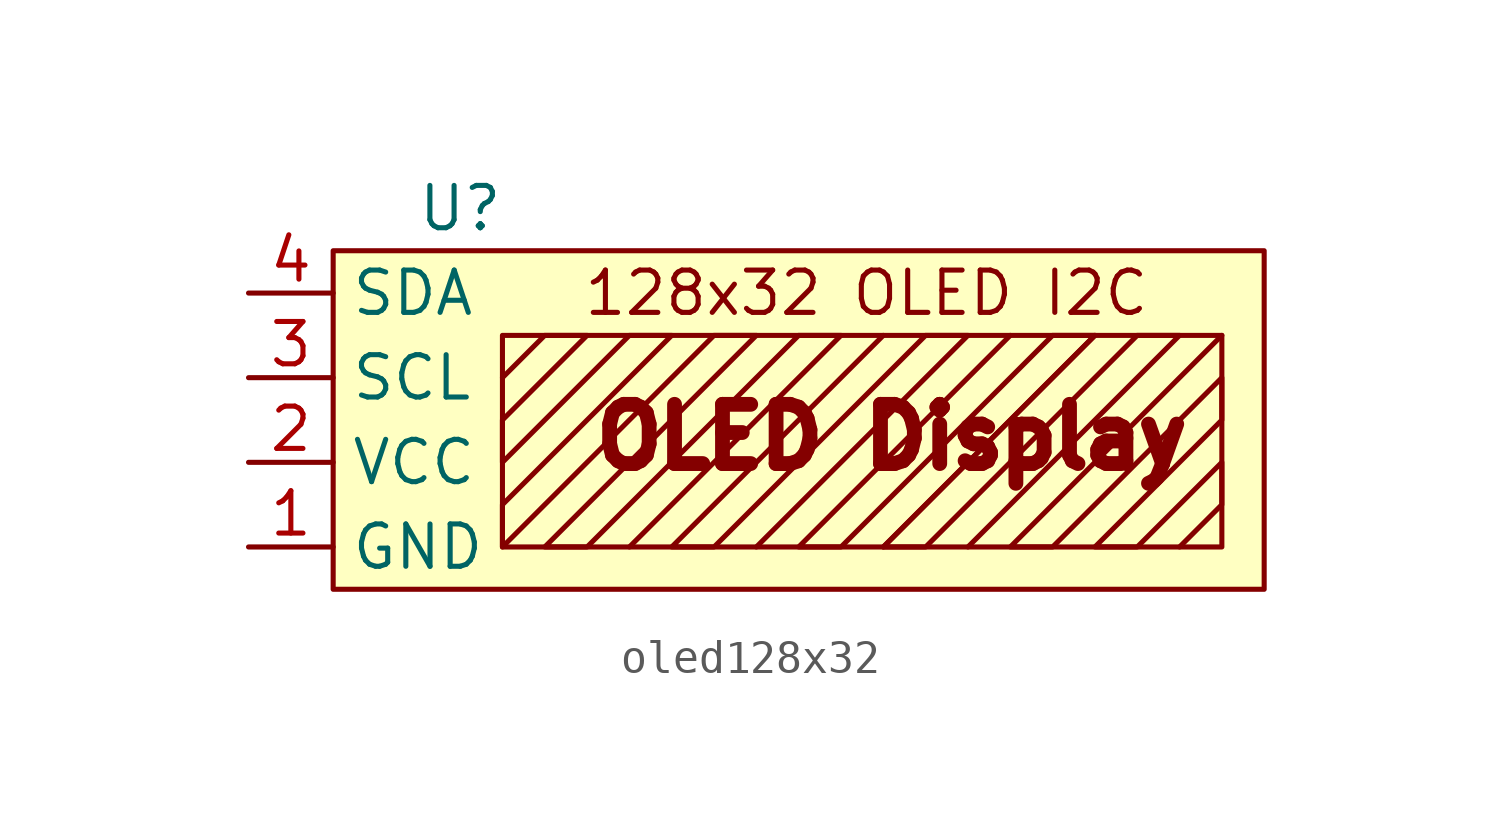
<source format=kicad_sym>
(kicad_symbol_lib
  (version 20231120)
  (generator "kicad_symbol_editor")
  (generator_version "8.0")
  (symbol "oled128x32"
    (property "Reference" "U"
      (at -8.89 6.35 0)
      (effects (font (size 1.27 1.27))))
    (property "Value" ""
      (at -8.89 6.35 0)
      (effects (font (size 1.27 1.27))))
    (symbol "oled128x32_1_1"
      (rectangle (start -12.7 5.08) (end 15.24 -5.08) (stroke (width 0) (type default)) (fill (type background)))
      (rectangle (start -7.62 2.54) (end 13.97 -3.81) (stroke (width 0) (type default)) (fill (type none)))
      (polyline (pts (xy 3.81 2.54) (xy -2.54 -3.81) (xy -1.27 -3.81) (xy 5.08 2.54) (xy 6.35 2.54) (xy 0 -3.81)) (stroke (width 0) (type default)) (fill (type none)))
      (polyline (pts (xy 7.62 2.54) (xy 1.27 -3.81) (xy 2.54 -3.81) (xy 8.89 2.54) (xy 10.16 2.54) (xy 3.81 -3.81)) (stroke (width 0) (type default)) (fill (type none)))
      (polyline (pts (xy 10.16 2.54) (xy 3.81 -3.81) (xy 5.08 -3.81) (xy 11.43 2.54) (xy 12.7 2.54) (xy 6.35 -3.81)) (stroke (width 0) (type default)) (fill (type none)))
      (polyline (pts (xy 13.97 2.54) (xy 7.62 -3.81) (xy 8.89 -3.81) (xy 13.97 1.27) (xy 13.97 0) (xy 10.16 -3.81) (xy 11.43 -3.81) (xy 13.97 -1.27) (xy 13.97 -2.54) (xy 12.7 -3.81)) (stroke (width 0) (type default)) (fill (type none)))
      (polyline (pts (xy -7.62 1.27) (xy -6.35 2.54) (xy -5.08 2.54) (xy -7.62 0) (xy -7.62 -1.27) (xy -3.81 2.54) (xy -2.54 2.54) (xy -7.62 -2.54) (xy -7.62 -3.81) (xy -1.27 2.54) (xy 0 2.54) (xy -6.35 -3.81) (xy -5.08 -3.81) (xy 1.27 2.54) (xy 2.54 2.54) (xy -3.81 -3.81)) (stroke (width 0) (type default)) (fill (type none)))
      (text "128x32 OLED I2C" (at 3.302 3.81 0) (effects (font (size 1.27 1.27))))
      (text "OLED Display" (at 4.064 -0.508 0) (effects (font (size 1.778 1.778) (thickness 0.508) (bold yes))))
      (pin bidirectional line (at -15.24 -3.81 0) (length 2.54) (name "GND" (effects (font (size 1.27 1.27)))) (number "1" (effects (font (size 1.27 1.27)))))
      (pin power_in line (at -15.24 -1.27 0) (length 2.54) (name "VCC" (effects (font (size 1.27 1.27)))) (number "2" (effects (font (size 1.27 1.27)))))
      (pin bidirectional line (at -15.24 1.27 0) (length 2.54) (name "SCL" (effects (font (size 1.27 1.27)))) (number "3" (effects (font (size 1.27 1.27)))))
      (pin bidirectional line (at -15.24 3.81 0) (length 2.54) (name "SDA" (effects (font (size 1.27 1.27)))) (number "4" (effects (font (size 1.27 1.27))))))))
</source>
